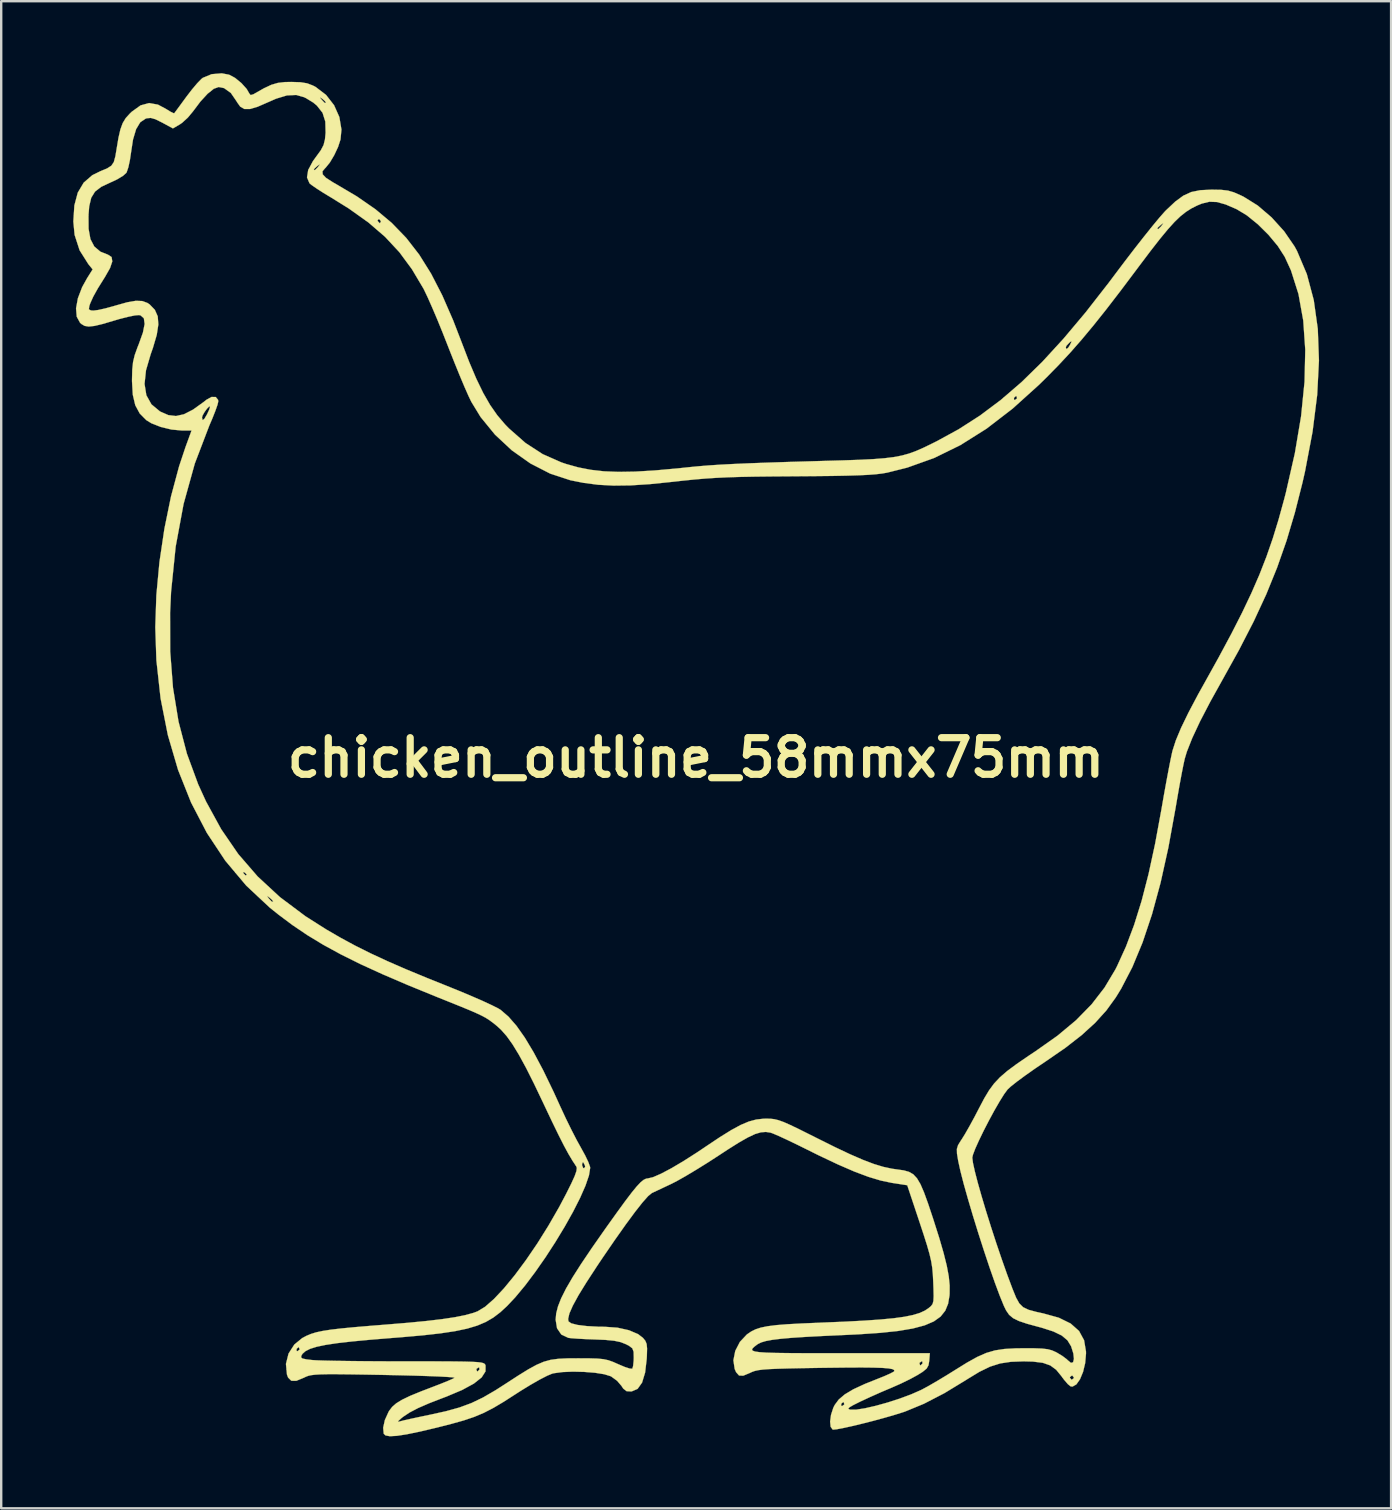
<source format=kicad_pcb>
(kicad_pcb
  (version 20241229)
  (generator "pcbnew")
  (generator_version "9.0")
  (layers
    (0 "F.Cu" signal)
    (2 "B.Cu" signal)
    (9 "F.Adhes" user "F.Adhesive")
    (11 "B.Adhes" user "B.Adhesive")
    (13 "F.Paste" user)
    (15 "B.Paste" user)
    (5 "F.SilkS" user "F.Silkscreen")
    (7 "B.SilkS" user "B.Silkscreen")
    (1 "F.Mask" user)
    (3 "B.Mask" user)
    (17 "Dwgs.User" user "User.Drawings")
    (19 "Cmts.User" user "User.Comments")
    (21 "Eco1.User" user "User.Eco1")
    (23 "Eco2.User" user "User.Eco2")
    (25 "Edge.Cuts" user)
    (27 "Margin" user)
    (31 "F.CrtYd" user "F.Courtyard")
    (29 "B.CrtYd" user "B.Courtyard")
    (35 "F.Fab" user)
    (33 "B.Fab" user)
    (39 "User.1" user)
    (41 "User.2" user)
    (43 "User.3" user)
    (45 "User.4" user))
  (footprint "chicken_outline_58mmx75mm"
    (layer "F.Cu")
    (at 25.939 28.515)
    (property "Reference" "chicken_outline_58mmx75mm" (at 0 0 0) (layer "F.SilkS") (effects (font (size 1.524 1.524) (thickness 0.3))))
    (attr through_hole)
    (fp_poly (pts (xy -19.444 -28.452) (xy -19.195 -28.319) (xy -18.931 -28.102) (xy -18.711 -27.857) (xy -18.605 -27.673) (xy -18.548 -27.603) (xy -18.43 -27.639) (xy -18.378 -27.669) (xy -17.989 -27.89) (xy -17.686 -28.032) (xy -17.416 -28.111) (xy -17.124 -28.146) (xy -16.849 -28.151) (xy -16.471 -28.139) (xy -16.195 -28.094) (xy -15.954 -28.002) (xy -15.837 -27.94) (xy -15.406 -27.611) (xy -15.072 -27.182) (xy -14.852 -26.689) (xy -14.765 -26.169) (xy -14.804 -25.754) (xy -14.905 -25.445) (xy -15.064 -25.105) (xy -15.248 -24.795) (xy -15.424 -24.578) (xy -15.447 -24.557) (xy -15.555 -24.429) (xy -15.546 -24.302) (xy -15.409 -24.157) (xy -15.129 -23.976) (xy -15.007 -23.907) (xy -14.124 -23.385) (xy -13.35 -22.849) (xy -12.67 -22.279) (xy -12.067 -21.655) (xy -11.526 -20.958) (xy -11.031 -20.166) (xy -10.565 -19.26) (xy -10.112 -18.221) (xy -9.778 -17.357) (xy -9.45 -16.503) (xy -9.148 -15.79) (xy -8.86 -15.196) (xy -8.573 -14.696) (xy -8.273 -14.266) (xy -7.949 -13.885) (xy -7.79 -13.721) (xy -7.098 -13.112) (xy -6.382 -12.647) (xy -5.603 -12.303) (xy -5.395 -12.233) (xy -4.896 -12.094) (xy -4.382 -11.994) (xy -3.83 -11.931) (xy -3.217 -11.907) (xy -2.519 -11.919) (xy -1.713 -11.967) (xy -0.777 -12.051) (xy -0.254 -12.106) (xy 0.117 -12.142) (xy 0.532 -12.176) (xy 1.006 -12.207) (xy 1.557 -12.236) (xy 2.203 -12.264) (xy 2.961 -12.292) (xy 3.847 -12.321) (xy 4.879 -12.351) (xy 5.292 -12.363) (xy 6.13 -12.387) (xy 6.822 -12.411) (xy 7.39 -12.439) (xy 7.858 -12.476) (xy 8.249 -12.524) (xy 8.585 -12.589) (xy 8.89 -12.674) (xy 9.185 -12.783) (xy 9.496 -12.92) (xy 9.843 -13.089) (xy 10.024 -13.179) (xy 10.949 -13.684) (xy 11.838 -14.255) (xy 12.706 -14.906) (xy 12.799 -14.986) (xy 13.25 -14.986) (xy 13.257 -14.908) (xy 13.288 -14.901) (xy 13.374 -14.963) (xy 13.377 -14.986) (xy 13.348 -15.068) (xy 13.34 -15.071) (xy 13.268 -15.011) (xy 13.25 -14.986) (xy 12.799 -14.986) (xy 13.567 -15.648) (xy 14.433 -16.495) (xy 14.981 -17.092) (xy 15.409 -17.092) (xy 15.44 -17.02) (xy 15.521 -17.094) (xy 15.59 -17.209) (xy 15.652 -17.337) (xy 15.619 -17.337) (xy 15.55 -17.283) (xy 15.436 -17.158) (xy 15.409 -17.092) (xy 14.981 -17.092) (xy 15.317 -17.459) (xy 16.235 -18.551) (xy 17.198 -19.786) (xy 17.44 -20.109) (xy 17.862 -20.669) (xy 18.277 -21.21) (xy 18.669 -21.71) (xy 18.938 -22.045) (xy 19.219 -22.045) (xy 19.261 -22.02) (xy 19.373 -22.129) (xy 19.399 -22.162) (xy 19.473 -22.262) (xy 19.429 -22.241) (xy 19.367 -22.193) (xy 19.25 -22.089) (xy 19.219 -22.045) (xy 18.938 -22.045) (xy 19.019 -22.147) (xy 19.311 -22.499) (xy 19.527 -22.745) (xy 19.584 -22.804) (xy 19.971 -23.168) (xy 20.307 -23.415) (xy 20.638 -23.566) (xy 21.011 -23.642) (xy 21.472 -23.664) (xy 21.505 -23.664) (xy 21.885 -23.657) (xy 22.164 -23.625) (xy 22.415 -23.552) (xy 22.705 -23.424) (xy 22.818 -23.369) (xy 23.406 -23.003) (xy 23.982 -22.51) (xy 24.505 -21.932) (xy 24.935 -21.307) (xy 25.041 -21.114) (xy 25.451 -20.147) (xy 25.74 -19.063) (xy 25.908 -17.862) (xy 25.956 -16.546) (xy 25.883 -15.117) (xy 25.689 -13.576) (xy 25.375 -11.923) (xy 25.268 -11.453) (xy 24.952 -10.206) (xy 24.605 -9.039) (xy 24.212 -7.918) (xy 23.761 -6.808) (xy 23.236 -5.675) (xy 22.623 -4.484) (xy 21.961 -3.291) (xy 21.429 -2.334) (xy 21 -1.509) (xy 20.676 -0.816) (xy 20.454 -0.254) (xy 20.365 0.042) (xy 20.31 0.293) (xy 20.235 0.672) (xy 20.148 1.142) (xy 20.056 1.664) (xy 19.979 2.117) (xy 19.683 3.743) (xy 19.358 5.209) (xy 19.001 6.523) (xy 18.61 7.691) (xy 18.183 8.721) (xy 17.717 9.62) (xy 17.49 9.99) (xy 17.1 10.528) (xy 16.633 11.044) (xy 16.069 11.558) (xy 15.387 12.089) (xy 14.572 12.651) (xy 14.132 12.948) (xy 13.724 13.235) (xy 13.377 13.491) (xy 13.119 13.696) (xy 12.986 13.819) (xy 12.838 14.02) (xy 12.648 14.325) (xy 12.431 14.701) (xy 12.206 15.117) (xy 11.987 15.542) (xy 11.793 15.942) (xy 11.638 16.286) (xy 11.541 16.542) (xy 11.515 16.662) (xy 11.543 16.881) (xy 11.621 17.235) (xy 11.742 17.702) (xy 11.899 18.257) (xy 12.084 18.876) (xy 12.291 19.536) (xy 12.511 20.213) (xy 12.739 20.884) (xy 12.965 21.524) (xy 13.184 22.111) (xy 13.199 22.148) (xy 13.34 22.494) (xy 13.472 22.731) (xy 13.632 22.89) (xy 13.859 22.999) (xy 14.189 23.088) (xy 14.473 23.15) (xy 15.12 23.329) (xy 15.613 23.571) (xy 15.962 23.881) (xy 16.172 24.267) (xy 16.251 24.736) (xy 16.252 24.824) (xy 16.217 25.22) (xy 16.129 25.586) (xy 16.002 25.892) (xy 15.851 26.106) (xy 15.69 26.198) (xy 15.61 26.188) (xy 15.496 26.096) (xy 15.335 25.909) (xy 15.272 25.823) (xy 15.579 25.823) (xy 15.643 25.906) (xy 15.663 25.908) (xy 15.746 25.844) (xy 15.748 25.823) (xy 15.684 25.741) (xy 15.663 25.739) (xy 15.581 25.803) (xy 15.579 25.823) (xy 15.272 25.823) (xy 15.227 25.762) (xy 15.009 25.496) (xy 14.764 25.316) (xy 14.453 25.207) (xy 14.041 25.156) (xy 13.649 25.146) (xy 13.124 25.165) (xy 12.676 25.233) (xy 12.256 25.366) (xy 11.815 25.58) (xy 11.302 25.892) (xy 11.261 25.919) (xy 10.355 26.47) (xy 9.502 26.912) (xy 8.726 27.233) (xy 8.638 27.263) (xy 8.275 27.377) (xy 7.849 27.5) (xy 7.39 27.625) (xy 6.93 27.742) (xy 6.501 27.845) (xy 6.133 27.926) (xy 5.86 27.977) (xy 5.711 27.991) (xy 5.699 27.988) (xy 5.614 27.873) (xy 5.592 27.652) (xy 5.63 27.373) (xy 5.723 27.085) (xy 5.782 26.966) (xy 5.813 26.924) (xy 6.054 26.924) (xy 6.06 27.002) (xy 6.091 27.009) (xy 6.177 26.947) (xy 6.181 26.924) (xy 6.152 26.842) (xy 6.143 26.839) (xy 6.071 26.899) (xy 6.054 26.924) (xy 5.813 26.924) (xy 5.952 26.736) (xy 6.204 26.522) (xy 6.558 26.311) (xy 7.039 26.088) (xy 7.517 25.897) (xy 7.835 25.77) (xy 8.088 25.658) (xy 8.238 25.579) (xy 8.261 25.56) (xy 8.262 25.51) (xy 8.189 25.47) (xy 8.029 25.44) (xy 7.768 25.419) (xy 7.394 25.407) (xy 6.893 25.402) (xy 6.253 25.405) (xy 5.46 25.414) (xy 5.22 25.417) (xy 4.477 25.429) (xy 3.883 25.441) (xy 3.418 25.454) (xy 3.064 25.469) (xy 2.798 25.488) (xy 2.603 25.513) (xy 2.457 25.545) (xy 2.341 25.586) (xy 2.238 25.634) (xy 1.973 25.744) (xy 1.798 25.736) (xy 1.675 25.597) (xy 1.616 25.462) (xy 1.582 25.231) (xy 9.313 25.231) (xy 9.342 25.313) (xy 9.351 25.315) (xy 9.423 25.256) (xy 9.44 25.231) (xy 9.434 25.153) (xy 9.403 25.146) (xy 9.317 25.207) (xy 9.313 25.231) (xy 1.582 25.231) (xy 1.563 25.101) (xy 1.641 24.709) (xy 1.834 24.335) (xy 2.123 24.027) (xy 2.138 24.016) (xy 2.304 23.903) (xy 2.487 23.812) (xy 2.708 23.74) (xy 2.99 23.683) (xy 3.352 23.637) (xy 3.818 23.6) (xy 4.408 23.568) (xy 5.145 23.537) (xy 5.207 23.534) (xy 6.18 23.494) (xy 7 23.451) (xy 7.681 23.404) (xy 8.238 23.351) (xy 8.688 23.289) (xy 9.044 23.216) (xy 9.324 23.131) (xy 9.542 23.031) (xy 9.693 22.93) (xy 9.795 22.845) (xy 9.86 22.756) (xy 9.895 22.63) (xy 9.905 22.428) (xy 9.898 22.116) (xy 9.888 21.852) (xy 9.872 21.525) (xy 9.846 21.243) (xy 9.802 20.971) (xy 9.733 20.674) (xy 9.631 20.317) (xy 9.488 19.865) (xy 9.329 19.383) (xy 8.805 17.81) (xy 8.157 17.71) (xy 7.703 17.615) (xy 7.191 17.461) (xy 6.604 17.241) (xy 5.923 16.946) (xy 5.128 16.57) (xy 4.657 16.336) (xy 4.21 16.115) (xy 3.8 15.918) (xy 3.457 15.76) (xy 3.212 15.655) (xy 3.111 15.619) (xy 2.915 15.589) (xy 2.708 15.605) (xy 2.468 15.676) (xy 2.173 15.814) (xy 1.8 16.026) (xy 1.328 16.323) (xy 0.969 16.559) (xy 0.495 16.866) (xy 0.019 17.162) (xy -0.422 17.426) (xy -0.79 17.634) (xy -1.016 17.75) (xy -1.337 17.901) (xy -1.619 18.034) (xy -1.81 18.124) (xy -1.836 18.137) (xy -1.988 18.261) (xy -2.221 18.523) (xy -2.532 18.917) (xy -2.915 19.436) (xy -3.365 20.073) (xy -3.878 20.821) (xy -4.117 21.177) (xy -4.554 21.847) (xy -4.89 22.393) (xy -5.126 22.825) (xy -5.269 23.15) (xy -5.322 23.377) (xy -5.309 23.479) (xy -5.194 23.562) (xy -4.933 23.629) (xy -4.547 23.677) (xy -4.06 23.703) (xy -3.804 23.706) (xy -3.267 23.744) (xy -2.789 23.85) (xy -2.408 24.012) (xy -2.206 24.167) (xy -2.107 24.288) (xy -2.052 24.42) (xy -2.033 24.61) (xy -2.041 24.905) (xy -2.048 25.041) (xy -2.115 25.615) (xy -2.242 26.032) (xy -2.428 26.293) (xy -2.675 26.399) (xy -2.681 26.4) (xy -2.885 26.39) (xy -3.025 26.282) (xy -3.1 26.168) (xy -3.282 25.956) (xy -3.525 25.779) (xy -3.552 25.765) (xy -3.818 25.683) (xy -4.202 25.622) (xy -4.654 25.586) (xy -5.123 25.575) (xy -5.56 25.593) (xy -5.913 25.641) (xy -5.984 25.658) (xy -6.19 25.743) (xy -6.501 25.903) (xy -6.881 26.12) (xy -7.296 26.374) (xy -7.507 26.51) (xy -8.013 26.835) (xy -8.441 27.089) (xy -8.833 27.291) (xy -9.229 27.458) (xy -9.67 27.607) (xy -10.199 27.755) (xy -10.792 27.906) (xy -11.493 28.072) (xy -12.046 28.186) (xy -12.461 28.25) (xy -12.752 28.265) (xy -12.93 28.232) (xy -13.004 28.161) (xy -13.027 27.912) (xy -12.956 27.59) (xy -12.804 27.254) (xy -12.776 27.206) (xy -12.653 27.044) (xy -12.483 26.895) (xy -12.242 26.747) (xy -11.906 26.585) (xy -11.45 26.398) (xy -11.009 26.229) (xy -10.645 26.089) (xy -10.341 25.966) (xy -10.13 25.874) (xy -10.051 25.831) (xy -10.117 25.814) (xy -10.333 25.797) (xy -10.682 25.778) (xy -11.145 25.76) (xy -11.704 25.742) (xy -12.339 25.726) (xy -12.995 25.712) (xy -13.789 25.698) (xy -14.433 25.688) (xy -14.944 25.683) (xy -15.34 25.683) (xy -15.64 25.689) (xy -15.862 25.702) (xy -16.025 25.722) (xy -16.146 25.749) (xy -16.244 25.786) (xy -16.337 25.831) (xy -16.339 25.832) (xy -16.644 25.957) (xy -16.854 25.955) (xy -16.988 25.821) (xy -17.035 25.696) (xy -17.055 25.485) (xy -9.144 25.485) (xy -9.115 25.567) (xy -9.107 25.569) (xy -9.034 25.51) (xy -9.017 25.485) (xy -9.024 25.407) (xy -9.054 25.4) (xy -9.141 25.461) (xy -9.144 25.485) (xy -17.055 25.485) (xy -17.077 25.253) (xy -16.969 24.823) (xy -16.851 24.638) (xy -16.637 24.638) (xy -16.63 24.716) (xy -16.6 24.723) (xy -16.513 24.661) (xy -16.51 24.638) (xy -16.539 24.556) (xy -16.547 24.553) (xy -16.62 24.613) (xy -16.637 24.638) (xy -16.851 24.638) (xy -16.727 24.445) (xy -16.402 24.179) (xy -16.227 24.085) (xy -16.04 24.006) (xy -15.821 23.938) (xy -15.549 23.88) (xy -15.204 23.826) (xy -14.765 23.775) (xy -14.212 23.722) (xy -13.524 23.664) (xy -12.971 23.62) (xy -12.021 23.542) (xy -11.224 23.465) (xy -10.566 23.387) (xy -10.031 23.306) (xy -9.603 23.22) (xy -9.267 23.127) (xy -9.092 23.062) (xy -8.78 22.872) (xy -8.409 22.546) (xy -7.993 22.102) (xy -7.545 21.557) (xy -7.079 20.929) (xy -6.606 20.236) (xy -6.142 19.494) (xy -5.698 18.723) (xy -5.404 18.167) (xy -5.189 17.736) (xy -5.049 17.429) (xy -4.976 17.221) (xy -4.96 17.09) (xy -4.983 17.024) (xy -5.015 16.976) (xy -4.741 16.976) (xy -4.697 17.088) (xy -4.659 17.103) (xy -4.613 17.041) (xy -4.626 16.976) (xy -4.686 16.864) (xy -4.708 16.849) (xy -4.738 16.918) (xy -4.741 16.976) (xy -5.015 16.976) (xy -5.138 16.791) (xy -5.306 16.509) (xy -5.497 16.157) (xy -5.722 15.713) (xy -5.992 15.158) (xy -6.318 14.47) (xy -6.355 14.392) (xy -6.741 13.583) (xy -7.077 12.915) (xy -7.373 12.373) (xy -7.638 11.939) (xy -7.882 11.598) (xy -8.116 11.333) (xy -8.307 11.16) (xy -8.458 11.039) (xy -8.594 10.938) (xy -8.737 10.846) (xy -8.908 10.752) (xy -9.131 10.647) (xy -9.426 10.518) (xy -9.817 10.357) (xy -10.326 10.152) (xy -10.832 9.949) (xy -12.015 9.465) (xy -13.056 9.018) (xy -13.974 8.598) (xy -14.787 8.194) (xy -15.517 7.796) (xy -16.182 7.393) (xy -16.802 6.974) (xy -17.396 6.53) (xy -17.756 6.241) (xy -18.272 5.758) (xy -17.859 5.758) (xy -17.838 5.802) (xy -17.791 5.863) (xy -17.667 5.995) (xy -17.612 5.994) (xy -17.611 5.979) (xy -17.669 5.909) (xy -17.759 5.831) (xy -17.859 5.758) (xy -18.272 5.758) (xy -18.73 5.329) (xy -19.204 4.766) (xy -18.867 4.766) (xy -18.846 4.813) (xy -18.761 4.904) (xy -18.712 4.885) (xy -18.711 4.873) (xy -18.771 4.802) (xy -18.809 4.776) (xy -18.867 4.766) (xy -19.204 4.766) (xy -19.604 4.29) (xy -20.371 3.132) (xy -21.029 1.867) (xy -21.572 0.505) (xy -21.997 -0.944) (xy -22.299 -2.469) (xy -22.474 -4.059) (xy -22.52 -5.436) (xy -22.475 -6.773) (xy -22.346 -8.156) (xy -22.14 -9.541) (xy -21.865 -10.885) (xy -21.528 -12.141) (xy -21.264 -12.933) (xy -21.009 -13.631) (xy -21.411 -13.631) (xy -21.846 -13.671) (xy -22.293 -13.779) (xy -22.685 -13.934) (xy -22.893 -14.062) (xy -23.002 -14.172) (xy -20.574 -14.172) (xy -20.55 -14.064) (xy -20.476 -14.116) (xy -20.365 -14.304) (xy -20.276 -14.495) (xy -20.238 -14.618) (xy -20.238 -14.622) (xy -20.278 -14.63) (xy -20.367 -14.54) (xy -20.469 -14.399) (xy -20.55 -14.256) (xy -20.574 -14.172) (xy -23.002 -14.172) (xy -23.169 -14.341) (xy -23.354 -14.684) (xy -23.457 -15.121) (xy -23.49 -15.684) (xy -23.49 -15.748) (xy -23.479 -16.166) (xy -23.446 -16.484) (xy -23.377 -16.773) (xy -23.259 -17.101) (xy -23.21 -17.222) (xy -23.035 -17.71) (xy -22.964 -18.069) (xy -22.996 -18.306) (xy -23.131 -18.425) (xy -23.199 -18.44) (xy -23.367 -18.426) (xy -23.651 -18.368) (xy -24.004 -18.278) (xy -24.246 -18.207) (xy -24.713 -18.069) (xy -25.052 -17.988) (xy -25.292 -17.962) (xy -25.464 -17.989) (xy -25.598 -18.068) (xy -25.654 -18.119) (xy -25.792 -18.371) (xy -25.821 -18.721) (xy -25.744 -19.141) (xy -25.567 -19.604) (xy -25.357 -19.983) (xy -25.13 -20.342) (xy -25.31 -20.564) (xy -25.673 -21.139) (xy -25.881 -21.781) (xy -25.934 -22.342) (xy -25.917 -22.594) (xy -25.303 -22.594) (xy -25.299 -22.031) (xy -25.222 -21.605) (xy -25.061 -21.296) (xy -24.808 -21.082) (xy -24.49 -20.955) (xy -24.34 -20.857) (xy -24.311 -20.675) (xy -24.404 -20.4) (xy -24.62 -20.02) (xy -24.635 -19.997) (xy -24.913 -19.552) (xy -25.105 -19.207) (xy -25.23 -18.929) (xy -25.268 -18.817) (xy -25.288 -18.681) (xy -25.201 -18.632) (xy -25.088 -18.627) (xy -24.896 -18.652) (xy -24.6 -18.718) (xy -24.256 -18.812) (xy -24.172 -18.837) (xy -23.691 -18.972) (xy -23.331 -19.034) (xy -23.059 -19.024) (xy -22.843 -18.943) (xy -22.751 -18.879) (xy -22.538 -18.658) (xy -22.418 -18.387) (xy -22.393 -18.047) (xy -22.459 -17.615) (xy -22.619 -17.071) (xy -22.712 -16.808) (xy -22.907 -16.141) (xy -22.968 -15.572) (xy -22.892 -15.1) (xy -22.68 -14.721) (xy -22.33 -14.43) (xy -22.305 -14.416) (xy -21.976 -14.272) (xy -21.659 -14.234) (xy -21.325 -14.308) (xy -20.948 -14.501) (xy -20.502 -14.821) (xy -20.39 -14.911) (xy -20.174 -15.029) (xy -20 -15.026) (xy -19.904 -14.907) (xy -19.897 -14.838) (xy -19.929 -14.701) (xy -20.018 -14.448) (xy -20.148 -14.12) (xy -20.268 -13.841) (xy -20.874 -12.255) (xy -21.341 -10.573) (xy -21.671 -8.794) (xy -21.862 -6.92) (xy -21.903 -6.045) (xy -21.899 -4.425) (xy -21.783 -2.918) (xy -21.552 -1.505) (xy -21.203 -0.168) (xy -20.732 1.111) (xy -20.408 1.82) (xy -19.775 2.977) (xy -19.063 4.014) (xy -18.253 4.95) (xy -17.327 5.807) (xy -16.265 6.603) (xy -15.402 7.151) (xy -14.801 7.5) (xy -14.196 7.827) (xy -13.56 8.145) (xy -12.866 8.468) (xy -12.086 8.808) (xy -11.193 9.178) (xy -10.424 9.486) (xy -9.863 9.713) (xy -9.337 9.934) (xy -8.872 10.137) (xy -8.495 10.312) (xy -8.231 10.445) (xy -8.132 10.505) (xy -7.807 10.786) (xy -7.474 11.167) (xy -7.127 11.659) (xy -6.758 12.274) (xy -6.361 13.022) (xy -5.929 13.915) (xy -5.638 14.553) (xy -5.423 15.016) (xy -5.188 15.495) (xy -4.964 15.93) (xy -4.785 16.253) (xy -4.613 16.567) (xy -4.48 16.845) (xy -4.409 17.042) (xy -4.403 17.087) (xy -4.454 17.402) (xy -4.599 17.826) (xy -4.824 18.337) (xy -5.116 18.913) (xy -5.462 19.531) (xy -5.848 20.169) (xy -6.261 20.806) (xy -6.688 21.418) (xy -7.114 21.985) (xy -7.528 22.483) (xy -7.863 22.839) (xy -8.147 23.101) (xy -8.436 23.321) (xy -8.749 23.504) (xy -9.106 23.656) (xy -9.526 23.782) (xy -10.029 23.888) (xy -10.635 23.979) (xy -11.362 24.061) (xy -12.23 24.138) (xy -12.658 24.172) (xy -13.566 24.246) (xy -14.32 24.317) (xy -14.933 24.387) (xy -15.419 24.46) (xy -15.794 24.538) (xy -16.07 24.624) (xy -16.262 24.721) (xy -16.385 24.83) (xy -16.425 24.89) (xy -16.449 24.974) (xy -16.393 25.027) (xy -16.224 25.064) (xy -15.986 25.092) (xy -15.786 25.104) (xy -15.439 25.115) (xy -14.966 25.125) (xy -14.39 25.133) (xy -13.732 25.14) (xy -13.016 25.144) (xy -12.262 25.146) (xy -12.143 25.146) (xy -11.306 25.146) (xy -10.622 25.147) (xy -10.075 25.15) (xy -9.651 25.156) (xy -9.332 25.165) (xy -9.104 25.178) (xy -8.95 25.196) (xy -8.854 25.22) (xy -8.8 25.25) (xy -8.773 25.288) (xy -8.762 25.319) (xy -8.764 25.565) (xy -8.925 25.816) (xy -9.249 26.073) (xy -9.738 26.339) (xy -10.392 26.615) (xy -10.5 26.655) (xy -11.105 26.889) (xy -11.572 27.092) (xy -11.928 27.278) (xy -12.2 27.459) (xy -12.277 27.522) (xy -12.403 27.637) (xy -12.4 27.667) (xy -12.319 27.645) (xy -12.174 27.607) (xy -11.9 27.545) (xy -11.537 27.467) (xy -11.123 27.38) (xy -11.091 27.374) (xy -10.411 27.224) (xy -9.848 27.068) (xy -9.35 26.884) (xy -8.867 26.652) (xy -8.347 26.35) (xy -7.929 26.082) (xy -7.401 25.739) (xy -6.981 25.479) (xy -6.637 25.291) (xy -6.335 25.162) (xy -6.044 25.082) (xy -5.731 25.04) (xy -5.364 25.022) (xy -4.911 25.019) (xy -4.441 25.021) (xy -4.101 25.031) (xy -3.849 25.056) (xy -3.645 25.1) (xy -3.449 25.17) (xy -3.237 25.264) (xy -2.965 25.379) (xy -2.755 25.447) (xy -2.651 25.454) (xy -2.649 25.453) (xy -2.615 25.341) (xy -2.592 25.122) (xy -2.588 24.996) (xy -2.594 24.748) (xy -2.647 24.604) (xy -2.785 24.498) (xy -2.921 24.429) (xy -3.135 24.345) (xy -3.403 24.288) (xy -3.763 24.253) (xy -4.191 24.235) (xy -4.59 24.22) (xy -4.943 24.201) (xy -5.204 24.181) (xy -5.315 24.167) (xy -5.606 24.029) (xy -5.784 23.768) (xy -5.842 23.413) (xy -5.819 23.151) (xy -5.744 22.857) (xy -5.611 22.518) (xy -5.411 22.118) (xy -5.136 21.645) (xy -4.779 21.085) (xy -4.332 20.422) (xy -3.787 19.643) (xy -3.712 19.537) (xy -3.288 18.944) (xy -2.948 18.477) (xy -2.678 18.121) (xy -2.468 17.864) (xy -2.304 17.689) (xy -2.176 17.585) (xy -2.071 17.535) (xy -2.002 17.526) (xy -1.785 17.475) (xy -1.452 17.33) (xy -1.02 17.102) (xy -0.507 16.798) (xy 0.069 16.43) (xy 0.419 16.194) (xy 1.002 15.805) (xy 1.477 15.51) (xy 1.87 15.297) (xy 2.207 15.155) (xy 2.513 15.073) (xy 2.812 15.039) (xy 2.92 15.036) (xy 3.098 15.039) (xy 3.263 15.057) (xy 3.44 15.1) (xy 3.656 15.177) (xy 3.934 15.3) (xy 4.301 15.476) (xy 4.781 15.716) (xy 5.038 15.845) (xy 5.795 16.222) (xy 6.428 16.521) (xy 6.96 16.752) (xy 7.413 16.924) (xy 7.808 17.044) (xy 8.168 17.121) (xy 8.392 17.153) (xy 8.661 17.191) (xy 8.877 17.252) (xy 9.056 17.354) (xy 9.21 17.519) (xy 9.356 17.765) (xy 9.506 18.113) (xy 9.676 18.582) (xy 9.879 19.192) (xy 9.893 19.235) (xy 10.137 20.003) (xy 10.321 20.639) (xy 10.452 21.165) (xy 10.534 21.605) (xy 10.572 21.984) (xy 10.57 22.325) (xy 10.565 22.405) (xy 10.507 22.747) (xy 10.388 23.037) (xy 10.194 23.281) (xy 9.913 23.482) (xy 9.532 23.646) (xy 9.04 23.777) (xy 8.423 23.881) (xy 7.67 23.96) (xy 6.767 24.021) (xy 6.181 24.049) (xy 5.306 24.089) (xy 4.585 24.127) (xy 4.001 24.165) (xy 3.539 24.206) (xy 3.182 24.25) (xy 2.915 24.3) (xy 2.722 24.357) (xy 2.587 24.423) (xy 2.555 24.445) (xy 2.444 24.529) (xy 2.368 24.6) (xy 2.338 24.657) (xy 2.367 24.702) (xy 2.467 24.738) (xy 2.652 24.764) (xy 2.934 24.783) (xy 3.325 24.795) (xy 3.837 24.802) (xy 4.484 24.806) (xy 5.279 24.807) (xy 6.009 24.807) (xy 9.747 24.807) (xy 9.721 25.125) (xy 9.69 25.311) (xy 9.611 25.449) (xy 9.446 25.584) (xy 9.236 25.715) (xy 8.921 25.887) (xy 8.53 26.077) (xy 8.147 26.246) (xy 8.135 26.251) (xy 7.719 26.427) (xy 7.255 26.634) (xy 6.858 26.818) (xy 6.555 26.969) (xy 6.391 27.065) (xy 6.347 27.123) (xy 6.407 27.154) (xy 6.435 27.16) (xy 6.681 27.158) (xy 7.047 27.101) (xy 7.495 26.998) (xy 7.988 26.861) (xy 8.49 26.699) (xy 8.964 26.523) (xy 9.373 26.343) (xy 9.415 26.322) (xy 9.686 26.176) (xy 10.048 25.966) (xy 10.448 25.725) (xy 10.763 25.529) (xy 11.29 25.202) (xy 11.721 24.962) (xy 12.098 24.796) (xy 12.461 24.69) (xy 12.851 24.631) (xy 13.309 24.605) (xy 13.631 24.601) (xy 14.09 24.602) (xy 14.418 24.614) (xy 14.654 24.641) (xy 14.835 24.689) (xy 14.999 24.762) (xy 15.034 24.78) (xy 15.269 24.922) (xy 15.449 25.058) (xy 15.489 25.097) (xy 15.625 25.21) (xy 15.714 25.184) (xy 15.749 25.045) (xy 15.725 24.82) (xy 15.636 24.534) (xy 15.626 24.51) (xy 15.479 24.27) (xy 15.244 24.072) (xy 14.896 23.903) (xy 14.41 23.746) (xy 14.275 23.71) (xy 13.797 23.58) (xy 13.454 23.465) (xy 13.215 23.347) (xy 13.049 23.207) (xy 12.924 23.026) (xy 12.832 22.838) (xy 12.66 22.417) (xy 12.457 21.872) (xy 12.234 21.235) (xy 12.001 20.536) (xy 11.766 19.806) (xy 11.541 19.078) (xy 11.335 18.382) (xy 11.157 17.75) (xy 11.019 17.212) (xy 10.929 16.801) (xy 10.926 16.785) (xy 10.877 16.49) (xy 10.873 16.297) (xy 10.922 16.139) (xy 11.037 15.951) (xy 11.075 15.896) (xy 11.211 15.677) (xy 11.397 15.351) (xy 11.608 14.964) (xy 11.805 14.585) (xy 12.017 14.183) (xy 12.215 13.854) (xy 12.424 13.571) (xy 12.667 13.312) (xy 12.97 13.051) (xy 13.357 12.763) (xy 13.852 12.424) (xy 14.144 12.23) (xy 15.065 11.58) (xy 15.838 10.935) (xy 16.484 10.275) (xy 17.022 9.58) (xy 17.472 8.828) (xy 17.548 8.678) (xy 17.918 7.865) (xy 18.256 6.966) (xy 18.568 5.966) (xy 18.857 4.847) (xy 19.129 3.593) (xy 19.388 2.187) (xy 19.393 2.159) (xy 19.495 1.571) (xy 19.597 1.008) (xy 19.692 0.502) (xy 19.774 0.084) (xy 19.837 -0.212) (xy 19.857 -0.296) (xy 19.995 -0.724) (xy 20.214 -1.247) (xy 20.52 -1.878) (xy 20.917 -2.629) (xy 21.174 -3.09) (xy 21.78 -4.181) (xy 22.303 -5.156) (xy 22.753 -6.039) (xy 23.14 -6.853) (xy 23.476 -7.625) (xy 23.77 -8.378) (xy 24.033 -9.136) (xy 24.275 -9.925) (xy 24.507 -10.767) (xy 24.58 -11.049) (xy 24.953 -12.687) (xy 25.212 -14.227) (xy 25.356 -15.663) (xy 25.386 -16.993) (xy 25.302 -18.212) (xy 25.103 -19.316) (xy 24.79 -20.302) (xy 24.53 -20.868) (xy 24.242 -21.317) (xy 23.855 -21.782) (xy 23.412 -22.221) (xy 22.955 -22.591) (xy 22.528 -22.85) (xy 22.524 -22.852) (xy 22.069 -23.048) (xy 21.707 -23.149) (xy 21.393 -23.161) (xy 21.082 -23.086) (xy 20.883 -23.004) (xy 20.641 -22.882) (xy 20.413 -22.737) (xy 20.184 -22.555) (xy 19.937 -22.317) (xy 19.659 -22.009) (xy 19.333 -21.614) (xy 18.945 -21.117) (xy 18.48 -20.501) (xy 18.345 -20.32) (xy 17.682 -19.438) (xy 17.094 -18.674) (xy 16.562 -18.007) (xy 16.068 -17.414) (xy 15.593 -16.873) (xy 15.118 -16.363) (xy 14.625 -15.86) (xy 14.295 -15.536) (xy 13.194 -14.542) (xy 12.108 -13.707) (xy 11.022 -13.024) (xy 9.926 -12.486) (xy 8.804 -12.085) (xy 7.969 -11.876) (xy 7.757 -11.839) (xy 7.5 -11.809) (xy 7.18 -11.784) (xy 6.777 -11.765) (xy 6.276 -11.75) (xy 5.657 -11.738) (xy 4.902 -11.73) (xy 4.106 -11.724) (xy 3.226 -11.718) (xy 2.486 -11.71) (xy 1.86 -11.698) (xy 1.319 -11.681) (xy 0.835 -11.658) (xy 0.38 -11.628) (xy -0.074 -11.589) (xy -0.555 -11.54) (xy -0.974 -11.493) (xy -1.912 -11.397) (xy -2.718 -11.345) (xy -3.426 -11.336) (xy -4.068 -11.37) (xy -4.676 -11.449) (xy -5.228 -11.559) (xy -6.069 -11.835) (xy -6.891 -12.257) (xy -7.667 -12.805) (xy -8.367 -13.457) (xy -8.966 -14.19) (xy -9.354 -14.825) (xy -9.473 -15.073) (xy -9.638 -15.446) (xy -9.834 -15.912) (xy -10.048 -16.438) (xy -10.267 -16.989) (xy -10.329 -17.148) (xy -10.55 -17.709) (xy -10.774 -18.259) (xy -10.989 -18.763) (xy -11.177 -19.188) (xy -11.325 -19.497) (xy -11.355 -19.554) (xy -11.83 -20.352) (xy -12.352 -21.059) (xy -12.948 -21.699) (xy -13.641 -22.297) (xy -13.764 -22.385) (xy -13.264 -22.385) (xy -13.25 -22.352) (xy -13.174 -22.271) (xy -13.161 -22.267) (xy -13.124 -22.333) (xy -13.123 -22.352) (xy -13.188 -22.433) (xy -13.213 -22.437) (xy -13.264 -22.385) (xy -13.764 -22.385) (xy -14.457 -22.878) (xy -15.173 -23.323) (xy -15.514 -23.529) (xy -15.805 -23.716) (xy -16.013 -23.86) (xy -16.097 -23.931) (xy -16.2 -24.175) (xy -16.151 -24.481) (xy -16.141 -24.501) (xy -15.917 -24.501) (xy -15.876 -24.475) (xy -15.764 -24.584) (xy -15.737 -24.617) (xy -15.664 -24.717) (xy -15.708 -24.696) (xy -15.769 -24.649) (xy -15.886 -24.544) (xy -15.917 -24.501) (xy -16.141 -24.501) (xy -15.952 -24.855) (xy -15.829 -25.024) (xy -15.626 -25.303) (xy -15.509 -25.525) (xy -15.451 -25.76) (xy -15.425 -26.031) (xy -15.437 -26.501) (xy -15.552 -26.866) (xy -15.788 -27.166) (xy -15.938 -27.291) (xy -16.295 -27.509) (xy -16.321 -27.516) (xy -15.658 -27.516) (xy -15.637 -27.472) (xy -15.589 -27.411) (xy -15.466 -27.279) (xy -15.411 -27.28) (xy -15.409 -27.295) (xy -15.467 -27.365) (xy -15.557 -27.443) (xy -15.658 -27.516) (xy -16.321 -27.516) (xy -16.649 -27.609) (xy -17.034 -27.591) (xy -17.485 -27.455) (xy -17.823 -27.307) (xy -18.257 -27.118) (xy -18.576 -27.023) (xy -18.809 -27.024) (xy -18.981 -27.122) (xy -19.119 -27.316) (xy -19.132 -27.342) (xy -19.372 -27.692) (xy -19.654 -27.894) (xy -19.883 -27.94) (xy -20.083 -27.867) (xy -20.341 -27.66) (xy -20.639 -27.336) (xy -20.955 -26.917) (xy -21.165 -26.665) (xy -21.401 -26.45) (xy -21.497 -26.384) (xy -21.785 -26.216) (xy -22.236 -26.46) (xy -22.515 -26.598) (xy -22.709 -26.653) (xy -22.874 -26.638) (xy -22.921 -26.623) (xy -23.146 -26.472) (xy -23.319 -26.185) (xy -23.448 -25.752) (xy -23.525 -25.249) (xy -23.577 -24.899) (xy -23.642 -24.596) (xy -23.711 -24.393) (xy -23.726 -24.365) (xy -23.866 -24.239) (xy -24.111 -24.092) (xy -24.384 -23.965) (xy -24.771 -23.783) (xy -25.031 -23.583) (xy -25.189 -23.326) (xy -25.273 -22.971) (xy -25.303 -22.594) (xy -25.917 -22.594) (xy -25.891 -23.007) (xy -25.749 -23.541) (xy -25.502 -23.957) (xy -25.144 -24.267) (xy -24.807 -24.433) (xy -24.527 -24.549) (xy -24.351 -24.662) (xy -24.247 -24.816) (xy -24.182 -25.057) (xy -24.135 -25.341) (xy -24.054 -25.824) (xy -23.973 -26.176) (xy -23.878 -26.436) (xy -23.753 -26.643) (xy -23.581 -26.833) (xy -23.497 -26.913) (xy -23.133 -27.175) (xy -22.777 -27.272) (xy -22.409 -27.206) (xy -22.094 -27.039) (xy -21.893 -26.915) (xy -21.758 -26.85) (xy -21.729 -26.848) (xy -21.671 -26.927) (xy -21.535 -27.11) (xy -21.347 -27.367) (xy -21.224 -27.535) (xy -20.992 -27.837) (xy -20.773 -28.097) (xy -20.599 -28.276) (xy -20.542 -28.322) (xy -20.172 -28.475) (xy -19.749 -28.51) (xy -19.444 -28.452)) (stroke (width 0.01) (type solid)) (fill yes) (layer "F.SilkS")))
  (gr_rect
    (start -3 -3)
    (end 54.9 59.784)
    (stroke (width 0.1) (type default))
    (fill no)
    (layer "Edge.Cuts")))
</source>
